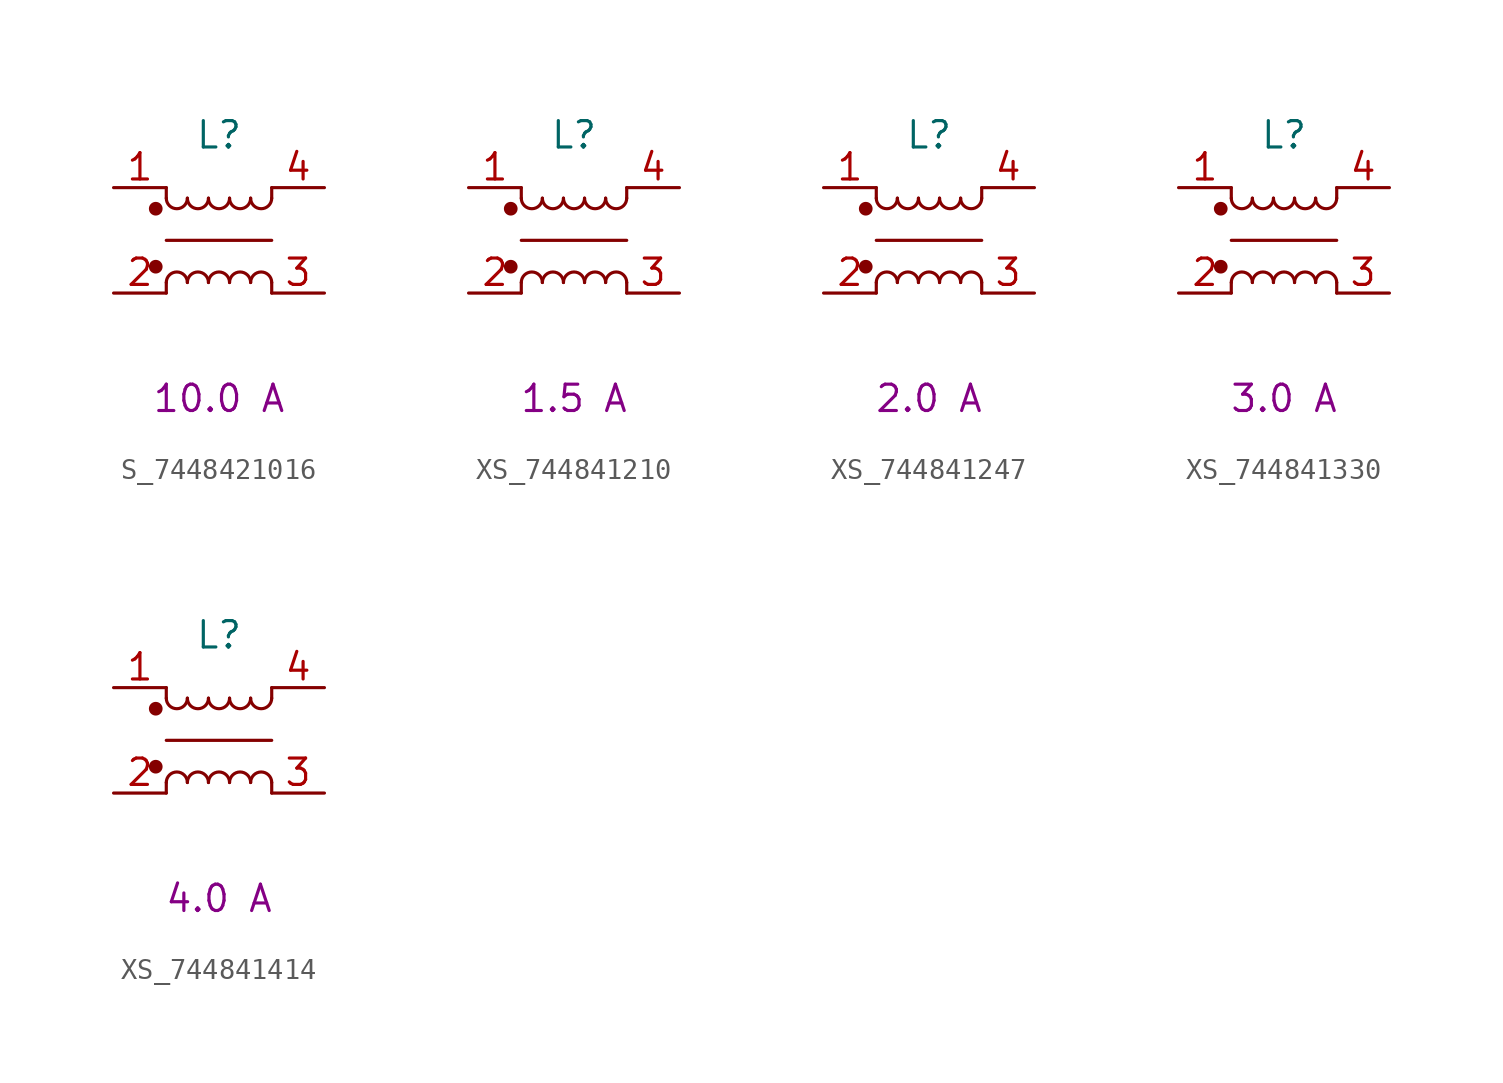
<source format=kicad_sym>
(kicad_symbol_lib
  (version 20220914)
  (generator kicad_symbol_editor)
  (symbol "S_7448421016"
    (pin_names hide)
    (property "Reference" "L"
      (at 0 5.08 0)
      (effects (font (size 1.27 1.27))))
    (property "Critical Parameter" "10.0 A"
      (at 0 -7.62 0)
      (effects (font (size 1.27 1.27))))
    (symbol "S_7448421016_0_1"
      (circle (center -3.048 -1.27) (radius 0.254) (stroke (width 0) (type default)) (fill (type outline)))
      (circle (center -3.048 1.524) (radius 0.254) (stroke (width 0) (type default)) (fill (type outline)))
      (arc (start -2.54 2.032) (mid -2.032 1.5262) (end -1.524 2.032) (stroke (width 0) (type default)) (fill (type none)))
      (arc (start -1.524 -2.032) (mid -2.032 -1.5262) (end -2.54 -2.032) (stroke (width 0) (type default)) (fill (type none)))
      (arc (start -1.524 2.032) (mid -1.016 1.5262) (end -0.508 2.032) (stroke (width 0) (type default)) (fill (type none)))
      (arc (start -0.508 -2.032) (mid -1.016 -1.5262) (end -1.524 -2.032) (stroke (width 0) (type default)) (fill (type none)))
      (arc (start -0.508 2.032) (mid 0 1.5262) (end 0.508 2.032) (stroke (width 0) (type default)) (fill (type none)))
      (polyline (pts (xy -2.54 -2.032) (xy -2.54 -2.54)) (stroke (width 0) (type default)) (fill (type none)))
      (polyline (pts (xy -2.54 2.032) (xy -2.54 2.54)) (stroke (width 0) (type default)) (fill (type none)))
      (polyline (pts (xy 2.54 -2.032) (xy 2.54 -2.54)) (stroke (width 0) (type default)) (fill (type none)))
      (polyline (pts (xy 2.54 0) (xy -2.54 0)) (stroke (width 0) (type default)) (fill (type none)))
      (polyline (pts (xy 2.54 2.54) (xy 2.54 2.032)) (stroke (width 0) (type default)) (fill (type none)))
      (arc (start 0.508 -2.032) (mid 0 -1.5262) (end -0.508 -2.032) (stroke (width 0) (type default)) (fill (type none)))
      (arc (start 0.508 2.032) (mid 1.016 1.5262) (end 1.524 2.032) (stroke (width 0) (type default)) (fill (type none)))
      (arc (start 1.524 -2.032) (mid 1.016 -1.5262) (end 0.508 -2.032) (stroke (width 0) (type default)) (fill (type none)))
      (arc (start 1.524 2.032) (mid 2.032 1.5262) (end 2.54 2.032) (stroke (width 0) (type default)) (fill (type none)))
      (arc (start 2.54 -2.032) (mid 2.032 -1.5262) (end 1.524 -2.032) (stroke (width 0) (type default)) (fill (type none))))
    (symbol "S_7448421016_1_1"
      (pin passive line (at -5.08 2.54 0) (length 2.54) (name "1" (effects (font (size 1.27 1.27)))) (number "1" (effects (font (size 1.27 1.27)))))
      (pin passive line (at -5.08 -2.54 0) (length 2.54) (name "2" (effects (font (size 1.27 1.27)))) (number "2" (effects (font (size 1.27 1.27)))))
      (pin passive line (at 5.08 -2.54 180) (length 2.54) (name "3" (effects (font (size 1.27 1.27)))) (number "3" (effects (font (size 1.27 1.27)))))
      (pin passive line (at 5.08 2.54 180) (length 2.54) (name "4" (effects (font (size 1.27 1.27)))) (number "4" (effects (font (size 1.27 1.27)))))))
  (symbol "XS_744841210"
    (pin_names hide)
    (property "Reference" "L"
      (at 0 5.08 0)
      (effects (font (size 1.27 1.27))))
    (property "Critical Parameter" "1.5 A"
      (at 0 -7.62 0)
      (effects (font (size 1.27 1.27))))
    (symbol "XS_744841210_0_1"
      (circle (center -3.048 -1.27) (radius 0.254) (stroke (width 0) (type default)) (fill (type outline)))
      (circle (center -3.048 1.524) (radius 0.254) (stroke (width 0) (type default)) (fill (type outline)))
      (arc (start -2.54 2.032) (mid -2.032 1.5262) (end -1.524 2.032) (stroke (width 0) (type default)) (fill (type none)))
      (arc (start -1.524 -2.032) (mid -2.032 -1.5262) (end -2.54 -2.032) (stroke (width 0) (type default)) (fill (type none)))
      (arc (start -1.524 2.032) (mid -1.016 1.5262) (end -0.508 2.032) (stroke (width 0) (type default)) (fill (type none)))
      (arc (start -0.508 -2.032) (mid -1.016 -1.5262) (end -1.524 -2.032) (stroke (width 0) (type default)) (fill (type none)))
      (arc (start -0.508 2.032) (mid 0 1.5262) (end 0.508 2.032) (stroke (width 0) (type default)) (fill (type none)))
      (polyline (pts (xy -2.54 -2.032) (xy -2.54 -2.54)) (stroke (width 0) (type default)) (fill (type none)))
      (polyline (pts (xy -2.54 2.032) (xy -2.54 2.54)) (stroke (width 0) (type default)) (fill (type none)))
      (polyline (pts (xy 2.54 -2.032) (xy 2.54 -2.54)) (stroke (width 0) (type default)) (fill (type none)))
      (polyline (pts (xy 2.54 0) (xy -2.54 0)) (stroke (width 0) (type default)) (fill (type none)))
      (polyline (pts (xy 2.54 2.54) (xy 2.54 2.032)) (stroke (width 0) (type default)) (fill (type none)))
      (arc (start 0.508 -2.032) (mid 0 -1.5262) (end -0.508 -2.032) (stroke (width 0) (type default)) (fill (type none)))
      (arc (start 0.508 2.032) (mid 1.016 1.5262) (end 1.524 2.032) (stroke (width 0) (type default)) (fill (type none)))
      (arc (start 1.524 -2.032) (mid 1.016 -1.5262) (end 0.508 -2.032) (stroke (width 0) (type default)) (fill (type none)))
      (arc (start 1.524 2.032) (mid 2.032 1.5262) (end 2.54 2.032) (stroke (width 0) (type default)) (fill (type none)))
      (arc (start 2.54 -2.032) (mid 2.032 -1.5262) (end 1.524 -2.032) (stroke (width 0) (type default)) (fill (type none))))
    (symbol "XS_744841210_1_1"
      (pin passive line (at -5.08 2.54 0) (length 2.54) (name "1" (effects (font (size 1.27 1.27)))) (number "1" (effects (font (size 1.27 1.27)))))
      (pin passive line (at -5.08 -2.54 0) (length 2.54) (name "2" (effects (font (size 1.27 1.27)))) (number "2" (effects (font (size 1.27 1.27)))))
      (pin passive line (at 5.08 -2.54 180) (length 2.54) (name "3" (effects (font (size 1.27 1.27)))) (number "3" (effects (font (size 1.27 1.27)))))
      (pin passive line (at 5.08 2.54 180) (length 2.54) (name "4" (effects (font (size 1.27 1.27)))) (number "4" (effects (font (size 1.27 1.27)))))))
  (symbol "XS_744841247"
    (pin_names hide)
    (property "Reference" "L"
      (at 0 5.08 0)
      (effects (font (size 1.27 1.27))))
    (property "Critical Parameter" "2.0 A"
      (at 0 -7.62 0)
      (effects (font (size 1.27 1.27))))
    (symbol "XS_744841247_0_1"
      (circle (center -3.048 -1.27) (radius 0.254) (stroke (width 0) (type default)) (fill (type outline)))
      (circle (center -3.048 1.524) (radius 0.254) (stroke (width 0) (type default)) (fill (type outline)))
      (arc (start -2.54 2.032) (mid -2.032 1.5262) (end -1.524 2.032) (stroke (width 0) (type default)) (fill (type none)))
      (arc (start -1.524 -2.032) (mid -2.032 -1.5262) (end -2.54 -2.032) (stroke (width 0) (type default)) (fill (type none)))
      (arc (start -1.524 2.032) (mid -1.016 1.5262) (end -0.508 2.032) (stroke (width 0) (type default)) (fill (type none)))
      (arc (start -0.508 -2.032) (mid -1.016 -1.5262) (end -1.524 -2.032) (stroke (width 0) (type default)) (fill (type none)))
      (arc (start -0.508 2.032) (mid 0 1.5262) (end 0.508 2.032) (stroke (width 0) (type default)) (fill (type none)))
      (polyline (pts (xy -2.54 -2.032) (xy -2.54 -2.54)) (stroke (width 0) (type default)) (fill (type none)))
      (polyline (pts (xy -2.54 2.032) (xy -2.54 2.54)) (stroke (width 0) (type default)) (fill (type none)))
      (polyline (pts (xy 2.54 -2.032) (xy 2.54 -2.54)) (stroke (width 0) (type default)) (fill (type none)))
      (polyline (pts (xy 2.54 0) (xy -2.54 0)) (stroke (width 0) (type default)) (fill (type none)))
      (polyline (pts (xy 2.54 2.54) (xy 2.54 2.032)) (stroke (width 0) (type default)) (fill (type none)))
      (arc (start 0.508 -2.032) (mid 0 -1.5262) (end -0.508 -2.032) (stroke (width 0) (type default)) (fill (type none)))
      (arc (start 0.508 2.032) (mid 1.016 1.5262) (end 1.524 2.032) (stroke (width 0) (type default)) (fill (type none)))
      (arc (start 1.524 -2.032) (mid 1.016 -1.5262) (end 0.508 -2.032) (stroke (width 0) (type default)) (fill (type none)))
      (arc (start 1.524 2.032) (mid 2.032 1.5262) (end 2.54 2.032) (stroke (width 0) (type default)) (fill (type none)))
      (arc (start 2.54 -2.032) (mid 2.032 -1.5262) (end 1.524 -2.032) (stroke (width 0) (type default)) (fill (type none))))
    (symbol "XS_744841247_1_1"
      (pin passive line (at -5.08 2.54 0) (length 2.54) (name "1" (effects (font (size 1.27 1.27)))) (number "1" (effects (font (size 1.27 1.27)))))
      (pin passive line (at -5.08 -2.54 0) (length 2.54) (name "2" (effects (font (size 1.27 1.27)))) (number "2" (effects (font (size 1.27 1.27)))))
      (pin passive line (at 5.08 -2.54 180) (length 2.54) (name "3" (effects (font (size 1.27 1.27)))) (number "3" (effects (font (size 1.27 1.27)))))
      (pin passive line (at 5.08 2.54 180) (length 2.54) (name "4" (effects (font (size 1.27 1.27)))) (number "4" (effects (font (size 1.27 1.27)))))))
  (symbol "XS_744841330"
    (pin_names hide)
    (property "Reference" "L"
      (at 0 5.08 0)
      (effects (font (size 1.27 1.27))))
    (property "Critical Parameter" "3.0 A"
      (at 0 -7.62 0)
      (effects (font (size 1.27 1.27))))
    (symbol "XS_744841330_0_1"
      (circle (center -3.048 -1.27) (radius 0.254) (stroke (width 0) (type default)) (fill (type outline)))
      (circle (center -3.048 1.524) (radius 0.254) (stroke (width 0) (type default)) (fill (type outline)))
      (arc (start -2.54 2.032) (mid -2.032 1.5262) (end -1.524 2.032) (stroke (width 0) (type default)) (fill (type none)))
      (arc (start -1.524 -2.032) (mid -2.032 -1.5262) (end -2.54 -2.032) (stroke (width 0) (type default)) (fill (type none)))
      (arc (start -1.524 2.032) (mid -1.016 1.5262) (end -0.508 2.032) (stroke (width 0) (type default)) (fill (type none)))
      (arc (start -0.508 -2.032) (mid -1.016 -1.5262) (end -1.524 -2.032) (stroke (width 0) (type default)) (fill (type none)))
      (arc (start -0.508 2.032) (mid 0 1.5262) (end 0.508 2.032) (stroke (width 0) (type default)) (fill (type none)))
      (polyline (pts (xy -2.54 -2.032) (xy -2.54 -2.54)) (stroke (width 0) (type default)) (fill (type none)))
      (polyline (pts (xy -2.54 2.032) (xy -2.54 2.54)) (stroke (width 0) (type default)) (fill (type none)))
      (polyline (pts (xy 2.54 -2.032) (xy 2.54 -2.54)) (stroke (width 0) (type default)) (fill (type none)))
      (polyline (pts (xy 2.54 0) (xy -2.54 0)) (stroke (width 0) (type default)) (fill (type none)))
      (polyline (pts (xy 2.54 2.54) (xy 2.54 2.032)) (stroke (width 0) (type default)) (fill (type none)))
      (arc (start 0.508 -2.032) (mid 0 -1.5262) (end -0.508 -2.032) (stroke (width 0) (type default)) (fill (type none)))
      (arc (start 0.508 2.032) (mid 1.016 1.5262) (end 1.524 2.032) (stroke (width 0) (type default)) (fill (type none)))
      (arc (start 1.524 -2.032) (mid 1.016 -1.5262) (end 0.508 -2.032) (stroke (width 0) (type default)) (fill (type none)))
      (arc (start 1.524 2.032) (mid 2.032 1.5262) (end 2.54 2.032) (stroke (width 0) (type default)) (fill (type none)))
      (arc (start 2.54 -2.032) (mid 2.032 -1.5262) (end 1.524 -2.032) (stroke (width 0) (type default)) (fill (type none))))
    (symbol "XS_744841330_1_1"
      (pin passive line (at -5.08 2.54 0) (length 2.54) (name "1" (effects (font (size 1.27 1.27)))) (number "1" (effects (font (size 1.27 1.27)))))
      (pin passive line (at -5.08 -2.54 0) (length 2.54) (name "2" (effects (font (size 1.27 1.27)))) (number "2" (effects (font (size 1.27 1.27)))))
      (pin passive line (at 5.08 -2.54 180) (length 2.54) (name "3" (effects (font (size 1.27 1.27)))) (number "3" (effects (font (size 1.27 1.27)))))
      (pin passive line (at 5.08 2.54 180) (length 2.54) (name "4" (effects (font (size 1.27 1.27)))) (number "4" (effects (font (size 1.27 1.27)))))))
  (symbol "XS_744841414"
    (pin_names hide)
    (property "Reference" "L"
      (at 0 5.08 0)
      (effects (font (size 1.27 1.27))))
    (property "Critical Parameter" "4.0 A"
      (at 0 -7.62 0)
      (effects (font (size 1.27 1.27))))
    (symbol "XS_744841414_0_1"
      (circle (center -3.048 -1.27) (radius 0.254) (stroke (width 0) (type default)) (fill (type outline)))
      (circle (center -3.048 1.524) (radius 0.254) (stroke (width 0) (type default)) (fill (type outline)))
      (arc (start -2.54 2.032) (mid -2.032 1.5262) (end -1.524 2.032) (stroke (width 0) (type default)) (fill (type none)))
      (arc (start -1.524 -2.032) (mid -2.032 -1.5262) (end -2.54 -2.032) (stroke (width 0) (type default)) (fill (type none)))
      (arc (start -1.524 2.032) (mid -1.016 1.5262) (end -0.508 2.032) (stroke (width 0) (type default)) (fill (type none)))
      (arc (start -0.508 -2.032) (mid -1.016 -1.5262) (end -1.524 -2.032) (stroke (width 0) (type default)) (fill (type none)))
      (arc (start -0.508 2.032) (mid 0 1.5262) (end 0.508 2.032) (stroke (width 0) (type default)) (fill (type none)))
      (polyline (pts (xy -2.54 -2.032) (xy -2.54 -2.54)) (stroke (width 0) (type default)) (fill (type none)))
      (polyline (pts (xy -2.54 2.032) (xy -2.54 2.54)) (stroke (width 0) (type default)) (fill (type none)))
      (polyline (pts (xy 2.54 -2.032) (xy 2.54 -2.54)) (stroke (width 0) (type default)) (fill (type none)))
      (polyline (pts (xy 2.54 0) (xy -2.54 0)) (stroke (width 0) (type default)) (fill (type none)))
      (polyline (pts (xy 2.54 2.54) (xy 2.54 2.032)) (stroke (width 0) (type default)) (fill (type none)))
      (arc (start 0.508 -2.032) (mid 0 -1.5262) (end -0.508 -2.032) (stroke (width 0) (type default)) (fill (type none)))
      (arc (start 0.508 2.032) (mid 1.016 1.5262) (end 1.524 2.032) (stroke (width 0) (type default)) (fill (type none)))
      (arc (start 1.524 -2.032) (mid 1.016 -1.5262) (end 0.508 -2.032) (stroke (width 0) (type default)) (fill (type none)))
      (arc (start 1.524 2.032) (mid 2.032 1.5262) (end 2.54 2.032) (stroke (width 0) (type default)) (fill (type none)))
      (arc (start 2.54 -2.032) (mid 2.032 -1.5262) (end 1.524 -2.032) (stroke (width 0) (type default)) (fill (type none))))
    (symbol "XS_744841414_1_1"
      (pin passive line (at -5.08 2.54 0) (length 2.54) (name "1" (effects (font (size 1.27 1.27)))) (number "1" (effects (font (size 1.27 1.27)))))
      (pin passive line (at -5.08 -2.54 0) (length 2.54) (name "2" (effects (font (size 1.27 1.27)))) (number "2" (effects (font (size 1.27 1.27)))))
      (pin passive line (at 5.08 -2.54 180) (length 2.54) (name "3" (effects (font (size 1.27 1.27)))) (number "3" (effects (font (size 1.27 1.27)))))
      (pin passive line (at 5.08 2.54 180) (length 2.54) (name "4" (effects (font (size 1.27 1.27)))) (number "4" (effects (font (size 1.27 1.27))))))))
</source>
